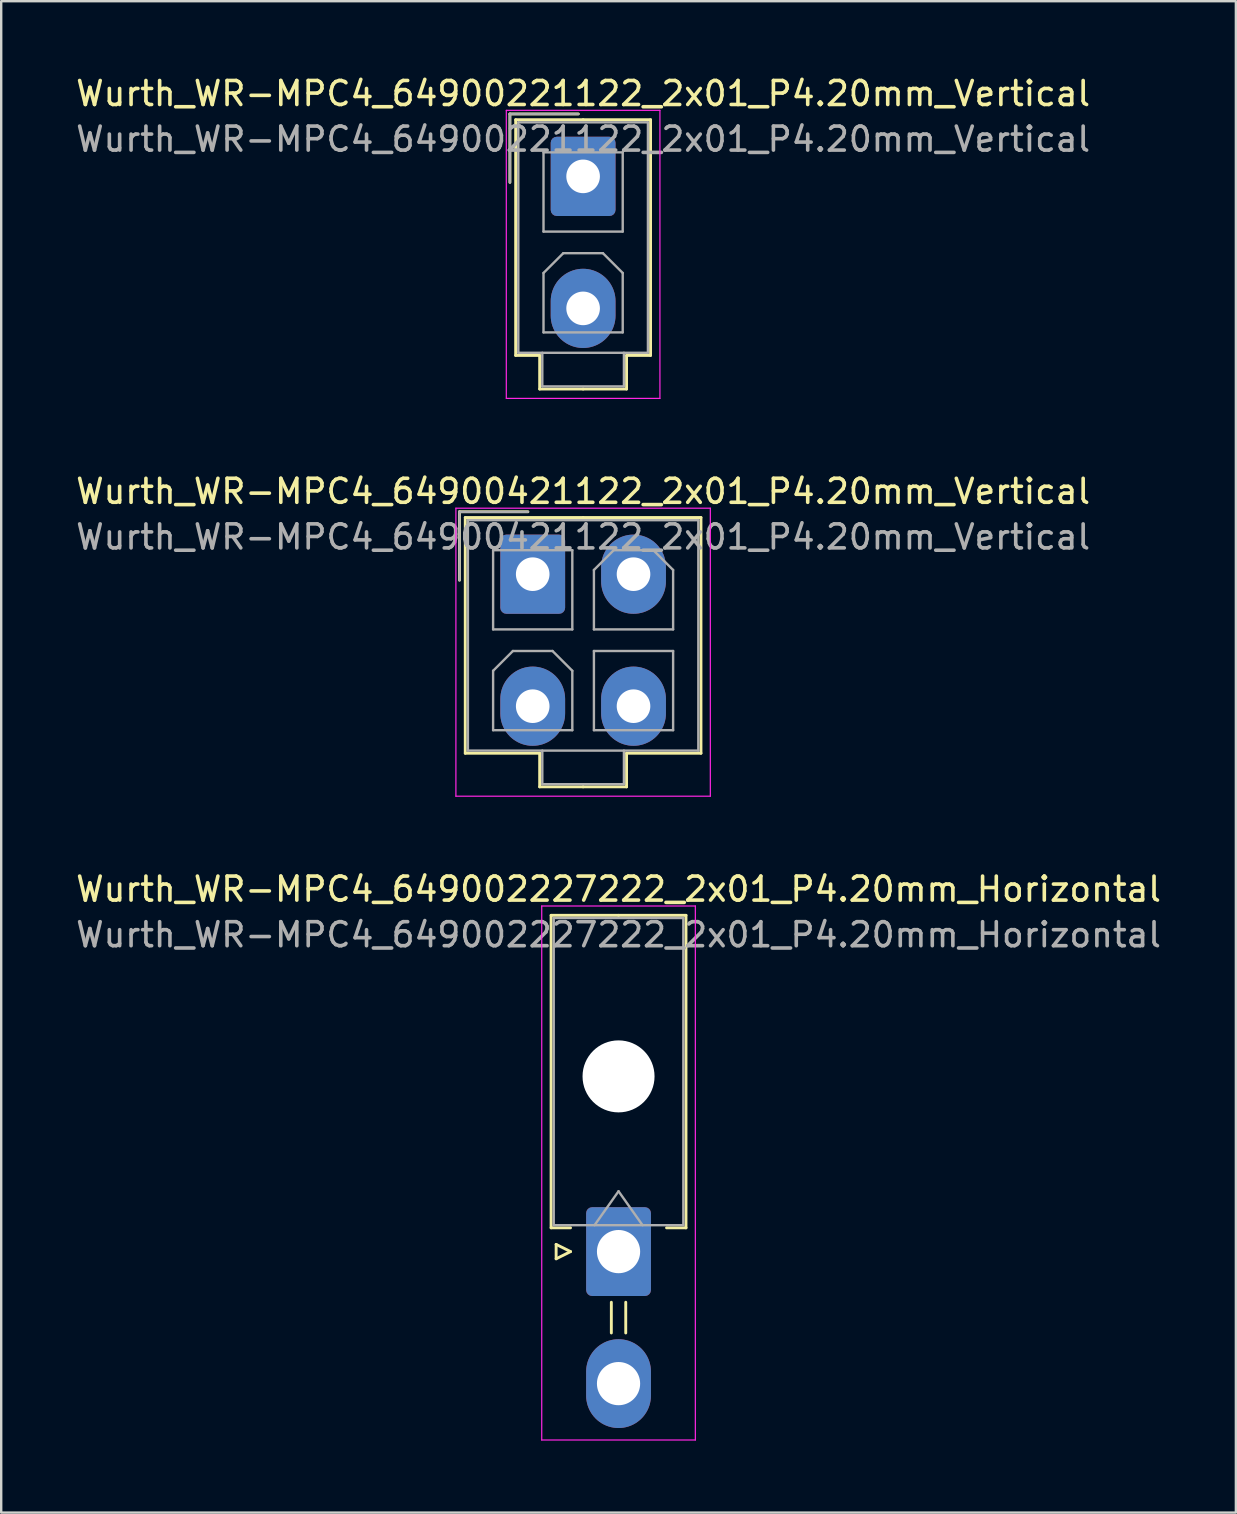
<source format=kicad_pcb>
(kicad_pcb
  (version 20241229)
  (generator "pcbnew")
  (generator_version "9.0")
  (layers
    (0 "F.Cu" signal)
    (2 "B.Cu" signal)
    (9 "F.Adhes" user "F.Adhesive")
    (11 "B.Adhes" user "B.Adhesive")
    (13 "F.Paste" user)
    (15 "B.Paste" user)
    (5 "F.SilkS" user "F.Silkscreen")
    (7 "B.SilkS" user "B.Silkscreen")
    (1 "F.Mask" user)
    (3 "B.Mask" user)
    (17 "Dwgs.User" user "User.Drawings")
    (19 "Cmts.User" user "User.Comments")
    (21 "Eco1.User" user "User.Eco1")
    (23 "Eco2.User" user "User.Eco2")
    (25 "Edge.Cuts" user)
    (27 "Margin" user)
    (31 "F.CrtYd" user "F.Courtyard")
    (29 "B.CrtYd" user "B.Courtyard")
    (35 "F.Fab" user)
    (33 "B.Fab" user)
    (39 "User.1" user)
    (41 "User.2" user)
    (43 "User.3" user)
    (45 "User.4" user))
  (footprint "Wurth_WR-MPC4_64900421122_2x01_P4.20mm_Vertical"
    (layer "F.Cu")
    (at 19.144 20.872)
    (property "Reference" "Wurth_WR-MPC4_64900421122_2x01_P4.20mm_Vertical" (at 2.1 -3.45 0) (layer "F.SilkS") (effects (font (size 1 1) (thickness 0.15))))
    (attr through_hole)
    (fp_line (start -3.05 -2.6) (end -3.05 0.25) (stroke (width 0.12) (type solid)) (layer "F.SilkS"))
    (fp_line (start -2.81 -2.36) (end -2.81 7.46) (stroke (width 0.12) (type solid)) (layer "F.SilkS"))
    (fp_line (start -2.81 7.46) (end 0.29 7.46) (stroke (width 0.12) (type solid)) (layer "F.SilkS"))
    (fp_line (start -0.2 -2.6) (end -3.05 -2.6) (stroke (width 0.12) (type solid)) (layer "F.SilkS"))
    (fp_line (start 0.29 7.46) (end 0.29 8.86) (stroke (width 0.12) (type solid)) (layer "F.SilkS"))
    (fp_line (start 0.29 8.86) (end 2.1 8.86) (stroke (width 0.12) (type solid)) (layer "F.SilkS"))
    (fp_line (start 2.1 -2.36) (end -2.81 -2.36) (stroke (width 0.12) (type solid)) (layer "F.SilkS"))
    (fp_line (start 2.1 -2.36) (end 7.01 -2.36) (stroke (width 0.12) (type solid)) (layer "F.SilkS"))
    (fp_line (start 3.91 7.46) (end 3.91 8.86) (stroke (width 0.12) (type solid)) (layer "F.SilkS"))
    (fp_line (start 3.91 8.86) (end 2.1 8.86) (stroke (width 0.12) (type solid)) (layer "F.SilkS"))
    (fp_line (start 7.01 -2.36) (end 7.01 7.46) (stroke (width 0.12) (type solid)) (layer "F.SilkS"))
    (fp_line (start 7.01 7.46) (end 3.91 7.46) (stroke (width 0.12) (type solid)) (layer "F.SilkS"))
    (fp_line (start -3.2 -2.75) (end -3.2 9.25) (stroke (width 0.05) (type solid)) (layer "F.CrtYd"))
    (fp_line (start -3.2 9.25) (end 7.4 9.25) (stroke (width 0.05) (type solid)) (layer "F.CrtYd"))
    (fp_line (start 7.4 -2.75) (end -3.2 -2.75) (stroke (width 0.05) (type solid)) (layer "F.CrtYd"))
    (fp_line (start 7.4 9.25) (end 7.4 -2.75) (stroke (width 0.05) (type solid)) (layer "F.CrtYd"))
    (fp_line (start -3.05 -2.6) (end -3.05 0.25) (stroke (width 0.1) (type solid)) (layer "F.Fab"))
    (fp_line (start -2.7 -2.25) (end -2.7 7.35) (stroke (width 0.1) (type solid)) (layer "F.Fab"))
    (fp_line (start -2.7 7.35) (end 6.9 7.35) (stroke (width 0.1) (type solid)) (layer "F.Fab"))
    (fp_line (start -1.65 -1) (end -1.65 2.3) (stroke (width 0.1) (type solid)) (layer "F.Fab"))
    (fp_line (start -1.65 2.3) (end 1.65 2.3) (stroke (width 0.1) (type solid)) (layer "F.Fab"))
    (fp_line (start -1.65 4.025) (end -0.825 3.2) (stroke (width 0.1) (type solid)) (layer "F.Fab"))
    (fp_line (start -1.65 6.5) (end -1.65 4.025) (stroke (width 0.1) (type solid)) (layer "F.Fab"))
    (fp_line (start -0.825 3.2) (end 0.825 3.2) (stroke (width 0.1) (type solid)) (layer "F.Fab"))
    (fp_line (start -0.2 -2.6) (end -3.05 -2.6) (stroke (width 0.1) (type solid)) (layer "F.Fab"))
    (fp_line (start 0.4 7.35) (end 0.4 8.75) (stroke (width 0.1) (type solid)) (layer "F.Fab"))
    (fp_line (start 0.4 8.75) (end 3.8 8.75) (stroke (width 0.1) (type solid)) (layer "F.Fab"))
    (fp_line (start 0.825 3.2) (end 1.65 4.025) (stroke (width 0.1) (type solid)) (layer "F.Fab"))
    (fp_line (start 1.65 -1) (end -1.65 -1) (stroke (width 0.1) (type solid)) (layer "F.Fab"))
    (fp_line (start 1.65 2.3) (end 1.65 -1) (stroke (width 0.1) (type solid)) (layer "F.Fab"))
    (fp_line (start 1.65 4.025) (end 1.65 6.5) (stroke (width 0.1) (type solid)) (layer "F.Fab"))
    (fp_line (start 1.65 6.5) (end -1.65 6.5) (stroke (width 0.1) (type solid)) (layer "F.Fab"))
    (fp_line (start 2.55 -0.175) (end 3.375 -1) (stroke (width 0.1) (type solid)) (layer "F.Fab"))
    (fp_line (start 2.55 2.3) (end 2.55 -0.175) (stroke (width 0.1) (type solid)) (layer "F.Fab"))
    (fp_line (start 2.55 3.2) (end 2.55 6.5) (stroke (width 0.1) (type solid)) (layer "F.Fab"))
    (fp_line (start 2.55 6.5) (end 5.85 6.5) (stroke (width 0.1) (type solid)) (layer "F.Fab"))
    (fp_line (start 3.375 -1) (end 5.025 -1) (stroke (width 0.1) (type solid)) (layer "F.Fab"))
    (fp_line (start 3.8 8.75) (end 3.8 7.35) (stroke (width 0.1) (type solid)) (layer "F.Fab"))
    (fp_line (start 5.025 -1) (end 5.85 -0.175) (stroke (width 0.1) (type solid)) (layer "F.Fab"))
    (fp_line (start 5.85 -0.175) (end 5.85 2.3) (stroke (width 0.1) (type solid)) (layer "F.Fab"))
    (fp_line (start 5.85 2.3) (end 2.55 2.3) (stroke (width 0.1) (type solid)) (layer "F.Fab"))
    (fp_line (start 5.85 3.2) (end 2.55 3.2) (stroke (width 0.1) (type solid)) (layer "F.Fab"))
    (fp_line (start 5.85 6.5) (end 5.85 3.2) (stroke (width 0.1) (type solid)) (layer "F.Fab"))
    (fp_line (start 6.9 -2.25) (end -2.7 -2.25) (stroke (width 0.1) (type solid)) (layer "F.Fab"))
    (fp_line (start 6.9 7.35) (end 6.9 -2.25) (stroke (width 0.1) (type solid)) (layer "F.Fab"))
    (fp_text user "${REFERENCE}" (at 2.1 -1.55 0) (layer "F.Fab") (effects (font (size 1 1) (thickness 0.15))))
    (pad "1" thru_hole roundrect (at 0 0) (size 2.7 3.3) (drill 1.4) (layers "*.Cu" "*.Mask") (roundrect_rratio 0.093))
    (pad "2" thru_hole oval (at 4.2 0) (size 2.7 3.3) (drill 1.4) (layers "*.Cu" "*.Mask"))
    (pad "3" thru_hole oval (at 0 5.5) (size 2.7 3.3) (drill 1.4) (layers "*.Cu" "*.Mask"))
    (pad "4" thru_hole oval (at 4.2 5.5) (size 2.7 3.3) (drill 1.4) (layers "*.Cu" "*.Mask")))
  (footprint "Wurth_WR-MPC4_649002227222_2x01_P4.20mm_Horizontal"
    (layer "F.Cu")
    (at 22.72 49.095)
    (property "Reference" "Wurth_WR-MPC4_649002227222_2x01_P4.20mm_Horizontal" (at 0 -15.1 0) (layer "F.SilkS") (effects (font (size 1 1) (thickness 0.15))))
    (attr through_hole)
    (fp_line (start -2.81 -14.01) (end 0 -14.01) (stroke (width 0.12) (type solid)) (layer "F.SilkS"))
    (fp_line (start -2.81 -0.99) (end -2.81 -14.01) (stroke (width 0.12) (type solid)) (layer "F.SilkS"))
    (fp_line (start -2.6 -0.3) (end -2 0) (stroke (width 0.12) (type solid)) (layer "F.SilkS"))
    (fp_line (start -2.6 0.3) (end -2.6 -0.3) (stroke (width 0.12) (type solid)) (layer "F.SilkS"))
    (fp_line (start -2 -0.99) (end -2.81 -0.99) (stroke (width 0.12) (type solid)) (layer "F.SilkS"))
    (fp_line (start -2 0) (end -2.6 0.3) (stroke (width 0.12) (type solid)) (layer "F.SilkS"))
    (fp_line (start -0.3 2.11) (end -0.3 3.39) (stroke (width 0.12) (type solid)) (layer "F.SilkS"))
    (fp_line (start 0.3 2.11) (end 0.3 3.39) (stroke (width 0.12) (type solid)) (layer "F.SilkS"))
    (fp_line (start 2 -0.99) (end 2.81 -0.99) (stroke (width 0.12) (type solid)) (layer "F.SilkS"))
    (fp_line (start 2.81 -14.01) (end 0 -14.01) (stroke (width 0.12) (type solid)) (layer "F.SilkS"))
    (fp_line (start 2.81 -0.99) (end 2.81 -14.01) (stroke (width 0.12) (type solid)) (layer "F.SilkS"))
    (fp_line (start -3.2 -14.4) (end -3.2 7.85) (stroke (width 0.05) (type solid)) (layer "F.CrtYd"))
    (fp_line (start -3.2 7.85) (end 3.2 7.85) (stroke (width 0.05) (type solid)) (layer "F.CrtYd"))
    (fp_line (start 3.2 -14.4) (end -3.2 -14.4) (stroke (width 0.05) (type solid)) (layer "F.CrtYd"))
    (fp_line (start 3.2 7.85) (end 3.2 -14.4) (stroke (width 0.05) (type solid)) (layer "F.CrtYd"))
    (fp_line (start -2.7 -13.9) (end -2.7 -1.1) (stroke (width 0.1) (type solid)) (layer "F.Fab"))
    (fp_line (start -2.7 -1.1) (end 2.7 -1.1) (stroke (width 0.1) (type solid)) (layer "F.Fab"))
    (fp_line (start -1 -1.1) (end 0 -2.514) (stroke (width 0.1) (type solid)) (layer "F.Fab"))
    (fp_line (start 0 -2.514) (end 1 -1.1) (stroke (width 0.1) (type solid)) (layer "F.Fab"))
    (fp_line (start 2.7 -13.9) (end -2.7 -13.9) (stroke (width 0.1) (type solid)) (layer "F.Fab"))
    (fp_line (start 2.7 -1.1) (end 2.7 -13.9) (stroke (width 0.1) (type solid)) (layer "F.Fab"))
    (fp_text user "${REFERENCE}" (at 0 -13.2 0) (layer "F.Fab") (effects (font (size 1 1) (thickness 0.15))))
    (pad "" np_thru_hole circle (at 0 -7.3) (size 3 3) (drill 3) (layers "*.Cu" "*.Mask"))
    (pad "1" thru_hole roundrect (at 0 0) (size 2.7 3.7) (drill 1.8) (layers "*.Cu" "*.Mask") (roundrect_rratio 0.093))
    (pad "2" thru_hole oval (at 0 5.5) (size 2.7 3.7) (drill 1.8) (layers "*.Cu" "*.Mask")))
  (footprint "Wurth_WR-MPC4_64900221122_2x01_P4.20mm_Vertical"
    (layer "F.Cu")
    (at 21.244 4.298)
    (property "Reference" "Wurth_WR-MPC4_64900221122_2x01_P4.20mm_Vertical" (at 0 -3.45 0) (layer "F.SilkS") (effects (font (size 1 1) (thickness 0.15))))
    (attr through_hole)
    (fp_line (start -3.05 -2.6) (end -3.05 0.25) (stroke (width 0.12) (type solid)) (layer "F.SilkS"))
    (fp_line (start -2.81 -2.36) (end -2.81 7.46) (stroke (width 0.12) (type solid)) (layer "F.SilkS"))
    (fp_line (start -2.81 7.46) (end -1.81 7.46) (stroke (width 0.12) (type solid)) (layer "F.SilkS"))
    (fp_line (start -1.81 7.46) (end -1.81 8.86) (stroke (width 0.12) (type solid)) (layer "F.SilkS"))
    (fp_line (start -1.81 8.86) (end 0 8.86) (stroke (width 0.12) (type solid)) (layer "F.SilkS"))
    (fp_line (start -0.2 -2.6) (end -3.05 -2.6) (stroke (width 0.12) (type solid)) (layer "F.SilkS"))
    (fp_line (start 0 -2.36) (end -2.81 -2.36) (stroke (width 0.12) (type solid)) (layer "F.SilkS"))
    (fp_line (start 0 -2.36) (end 2.81 -2.36) (stroke (width 0.12) (type solid)) (layer "F.SilkS"))
    (fp_line (start 1.81 7.46) (end 1.81 8.86) (stroke (width 0.12) (type solid)) (layer "F.SilkS"))
    (fp_line (start 1.81 8.86) (end 0 8.86) (stroke (width 0.12) (type solid)) (layer "F.SilkS"))
    (fp_line (start 2.81 -2.36) (end 2.81 7.46) (stroke (width 0.12) (type solid)) (layer "F.SilkS"))
    (fp_line (start 2.81 7.46) (end 1.81 7.46) (stroke (width 0.12) (type solid)) (layer "F.SilkS"))
    (fp_line (start -3.2 -2.75) (end -3.2 9.25) (stroke (width 0.05) (type solid)) (layer "F.CrtYd"))
    (fp_line (start -3.2 9.25) (end 3.2 9.25) (stroke (width 0.05) (type solid)) (layer "F.CrtYd"))
    (fp_line (start 3.2 -2.75) (end -3.2 -2.75) (stroke (width 0.05) (type solid)) (layer "F.CrtYd"))
    (fp_line (start 3.2 9.25) (end 3.2 -2.75) (stroke (width 0.05) (type solid)) (layer "F.CrtYd"))
    (fp_line (start -3.05 -2.6) (end -3.05 0.25) (stroke (width 0.1) (type solid)) (layer "F.Fab"))
    (fp_line (start -2.7 -2.25) (end -2.7 7.35) (stroke (width 0.1) (type solid)) (layer "F.Fab"))
    (fp_line (start -2.7 7.35) (end 2.7 7.35) (stroke (width 0.1) (type solid)) (layer "F.Fab"))
    (fp_line (start -1.7 7.35) (end -1.7 8.75) (stroke (width 0.1) (type solid)) (layer "F.Fab"))
    (fp_line (start -1.7 8.75) (end 1.7 8.75) (stroke (width 0.1) (type solid)) (layer "F.Fab"))
    (fp_line (start -1.65 -1) (end -1.65 2.3) (stroke (width 0.1) (type solid)) (layer "F.Fab"))
    (fp_line (start -1.65 2.3) (end 1.65 2.3) (stroke (width 0.1) (type solid)) (layer "F.Fab"))
    (fp_line (start -1.65 4.025) (end -0.825 3.2) (stroke (width 0.1) (type solid)) (layer "F.Fab"))
    (fp_line (start -1.65 6.5) (end -1.65 4.025) (stroke (width 0.1) (type solid)) (layer "F.Fab"))
    (fp_line (start -0.825 3.2) (end 0.825 3.2) (stroke (width 0.1) (type solid)) (layer "F.Fab"))
    (fp_line (start -0.2 -2.6) (end -3.05 -2.6) (stroke (width 0.1) (type solid)) (layer "F.Fab"))
    (fp_line (start 0.825 3.2) (end 1.65 4.025) (stroke (width 0.1) (type solid)) (layer "F.Fab"))
    (fp_line (start 1.65 -1) (end -1.65 -1) (stroke (width 0.1) (type solid)) (layer "F.Fab"))
    (fp_line (start 1.65 2.3) (end 1.65 -1) (stroke (width 0.1) (type solid)) (layer "F.Fab"))
    (fp_line (start 1.65 4.025) (end 1.65 6.5) (stroke (width 0.1) (type solid)) (layer "F.Fab"))
    (fp_line (start 1.65 6.5) (end -1.65 6.5) (stroke (width 0.1) (type solid)) (layer "F.Fab"))
    (fp_line (start 1.7 8.75) (end 1.7 7.35) (stroke (width 0.1) (type solid)) (layer "F.Fab"))
    (fp_line (start 2.7 -2.25) (end -2.7 -2.25) (stroke (width 0.1) (type solid)) (layer "F.Fab"))
    (fp_line (start 2.7 7.35) (end 2.7 -2.25) (stroke (width 0.1) (type solid)) (layer "F.Fab"))
    (fp_text user "${REFERENCE}" (at 0 -1.55 0) (layer "F.Fab") (effects (font (size 1 1) (thickness 0.15))))
    (pad "1" thru_hole roundrect (at 0 0) (size 2.7 3.3) (drill 1.4) (layers "*.Cu" "*.Mask") (roundrect_rratio 0.093))
    (pad "2" thru_hole oval (at 0 5.5) (size 2.7 3.3) (drill 1.4) (layers "*.Cu" "*.Mask")))
  (gr_rect
    (start -3 -3)
    (end 48.44 59.97)
    (stroke (width 0.1) (type default))
    (fill no)
    (layer "Edge.Cuts")))
</source>
